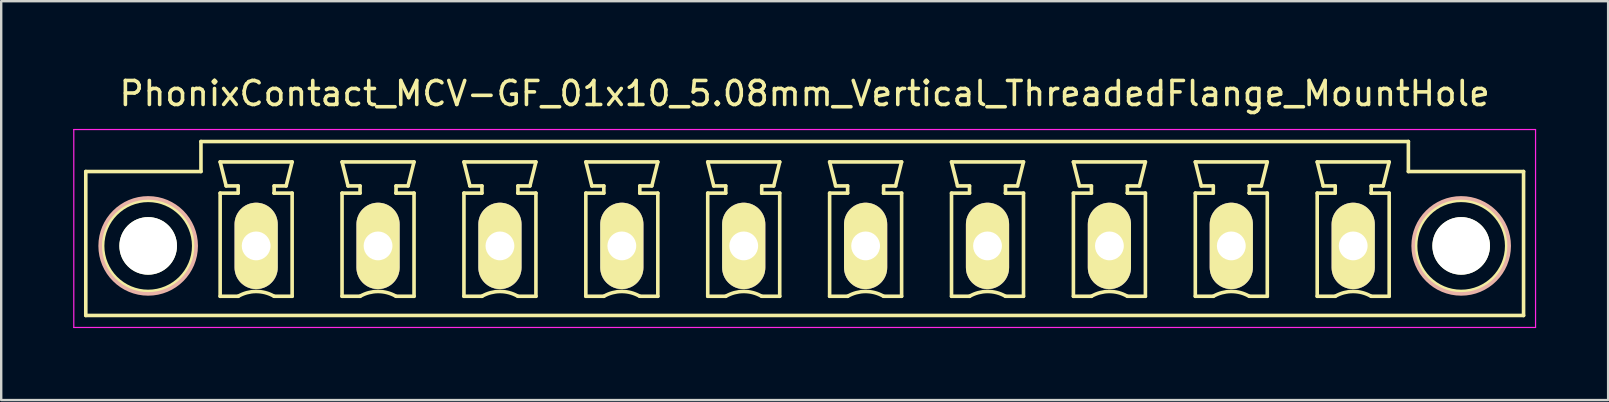
<source format=kicad_pcb>
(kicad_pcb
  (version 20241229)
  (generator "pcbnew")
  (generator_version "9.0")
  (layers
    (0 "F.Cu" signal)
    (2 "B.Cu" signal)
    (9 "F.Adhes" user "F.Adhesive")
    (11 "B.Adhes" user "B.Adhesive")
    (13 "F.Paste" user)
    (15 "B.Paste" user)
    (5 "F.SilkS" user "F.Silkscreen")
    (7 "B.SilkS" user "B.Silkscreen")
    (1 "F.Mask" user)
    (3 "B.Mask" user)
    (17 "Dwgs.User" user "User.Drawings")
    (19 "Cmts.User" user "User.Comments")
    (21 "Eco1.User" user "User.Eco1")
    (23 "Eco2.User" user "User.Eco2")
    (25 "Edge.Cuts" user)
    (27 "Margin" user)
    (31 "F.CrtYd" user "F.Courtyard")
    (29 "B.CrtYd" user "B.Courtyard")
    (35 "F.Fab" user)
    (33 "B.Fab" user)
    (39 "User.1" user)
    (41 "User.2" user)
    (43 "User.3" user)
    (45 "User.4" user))
  (footprint "PhonixContact_MCV-GF_01x10_5.08mm_Vertical_ThreadedFlange_MountHole"
    (layer "F.Cu")
    (at 7.625 7.198)
    (property "Reference" "PhonixContact_MCV-GF_01x10_5.08mm_Vertical_ThreadedFlange_MountHole" (at 22.86 -6.35 0) (layer "F.SilkS") (effects (font (size 1 1) (thickness 0.15))))
    (attr through_hole)
    (fp_line (start -7.1 -3.1) (end -7.1 2.9) (stroke (width 0.15) (type solid)) (layer "F.SilkS"))
    (fp_line (start -7.1 2.9) (end 52.82 2.9) (stroke (width 0.15) (type solid)) (layer "F.SilkS"))
    (fp_line (start -2.3 -4.35) (end -2.3 -3.1) (stroke (width 0.15) (type solid)) (layer "F.SilkS"))
    (fp_line (start -2.3 -3.1) (end -7.1 -3.1) (stroke (width 0.15) (type solid)) (layer "F.SilkS"))
    (fp_line (start -1.5 -3.5) (end 1.5 -3.5) (stroke (width 0.15) (type solid)) (layer "F.SilkS"))
    (fp_line (start -1.5 -2.2) (end -0.75 -2.2) (stroke (width 0.15) (type solid)) (layer "F.SilkS"))
    (fp_line (start -1.5 2.1) (end -1.5 -2.2) (stroke (width 0.15) (type solid)) (layer "F.SilkS"))
    (fp_line (start -1.25 -2.5) (end -1.5 -3.5) (stroke (width 0.15) (type solid)) (layer "F.SilkS"))
    (fp_line (start -0.75 -2.5) (end -1.25 -2.5) (stroke (width 0.15) (type solid)) (layer "F.SilkS"))
    (fp_line (start -0.75 -2.2) (end -0.75 -2.5) (stroke (width 0.15) (type solid)) (layer "F.SilkS"))
    (fp_line (start -0.75 2.1) (end -1.5 2.1) (stroke (width 0.15) (type solid)) (layer "F.SilkS"))
    (fp_line (start 0.75 -2.5) (end 0.75 -2.2) (stroke (width 0.15) (type solid)) (layer "F.SilkS"))
    (fp_line (start 0.75 -2.2) (end 0.75 -2.2) (stroke (width 0.15) (type solid)) (layer "F.SilkS"))
    (fp_line (start 0.75 -2.2) (end 1.5 -2.2) (stroke (width 0.15) (type solid)) (layer "F.SilkS"))
    (fp_line (start 1.25 -2.5) (end 0.75 -2.5) (stroke (width 0.15) (type solid)) (layer "F.SilkS"))
    (fp_line (start 1.5 -3.5) (end 1.25 -2.5) (stroke (width 0.15) (type solid)) (layer "F.SilkS"))
    (fp_line (start 1.5 -2.2) (end 1.5 2.1) (stroke (width 0.15) (type solid)) (layer "F.SilkS"))
    (fp_line (start 1.5 2.1) (end 0.75 2.1) (stroke (width 0.15) (type solid)) (layer "F.SilkS"))
    (fp_line (start 3.58 -3.5) (end 6.58 -3.5) (stroke (width 0.15) (type solid)) (layer "F.SilkS"))
    (fp_line (start 3.58 -2.2) (end 4.33 -2.2) (stroke (width 0.15) (type solid)) (layer "F.SilkS"))
    (fp_line (start 3.58 2.1) (end 3.58 -2.2) (stroke (width 0.15) (type solid)) (layer "F.SilkS"))
    (fp_line (start 3.83 -2.5) (end 3.58 -3.5) (stroke (width 0.15) (type solid)) (layer "F.SilkS"))
    (fp_line (start 4.33 -2.5) (end 3.83 -2.5) (stroke (width 0.15) (type solid)) (layer "F.SilkS"))
    (fp_line (start 4.33 -2.2) (end 4.33 -2.5) (stroke (width 0.15) (type solid)) (layer "F.SilkS"))
    (fp_line (start 4.33 2.1) (end 3.58 2.1) (stroke (width 0.15) (type solid)) (layer "F.SilkS"))
    (fp_line (start 5.83 -2.5) (end 5.83 -2.2) (stroke (width 0.15) (type solid)) (layer "F.SilkS"))
    (fp_line (start 5.83 -2.2) (end 5.83 -2.2) (stroke (width 0.15) (type solid)) (layer "F.SilkS"))
    (fp_line (start 5.83 -2.2) (end 6.58 -2.2) (stroke (width 0.15) (type solid)) (layer "F.SilkS"))
    (fp_line (start 6.33 -2.5) (end 5.83 -2.5) (stroke (width 0.15) (type solid)) (layer "F.SilkS"))
    (fp_line (start 6.58 -3.5) (end 6.33 -2.5) (stroke (width 0.15) (type solid)) (layer "F.SilkS"))
    (fp_line (start 6.58 -2.2) (end 6.58 2.1) (stroke (width 0.15) (type solid)) (layer "F.SilkS"))
    (fp_line (start 6.58 2.1) (end 5.83 2.1) (stroke (width 0.15) (type solid)) (layer "F.SilkS"))
    (fp_line (start 8.66 -3.5) (end 11.66 -3.5) (stroke (width 0.15) (type solid)) (layer "F.SilkS"))
    (fp_line (start 8.66 -2.2) (end 9.41 -2.2) (stroke (width 0.15) (type solid)) (layer "F.SilkS"))
    (fp_line (start 8.66 2.1) (end 8.66 -2.2) (stroke (width 0.15) (type solid)) (layer "F.SilkS"))
    (fp_line (start 8.91 -2.5) (end 8.66 -3.5) (stroke (width 0.15) (type solid)) (layer "F.SilkS"))
    (fp_line (start 9.41 -2.5) (end 8.91 -2.5) (stroke (width 0.15) (type solid)) (layer "F.SilkS"))
    (fp_line (start 9.41 -2.2) (end 9.41 -2.5) (stroke (width 0.15) (type solid)) (layer "F.SilkS"))
    (fp_line (start 9.41 2.1) (end 8.66 2.1) (stroke (width 0.15) (type solid)) (layer "F.SilkS"))
    (fp_line (start 10.91 -2.5) (end 10.91 -2.2) (stroke (width 0.15) (type solid)) (layer "F.SilkS"))
    (fp_line (start 10.91 -2.2) (end 10.91 -2.2) (stroke (width 0.15) (type solid)) (layer "F.SilkS"))
    (fp_line (start 10.91 -2.2) (end 11.66 -2.2) (stroke (width 0.15) (type solid)) (layer "F.SilkS"))
    (fp_line (start 11.41 -2.5) (end 10.91 -2.5) (stroke (width 0.15) (type solid)) (layer "F.SilkS"))
    (fp_line (start 11.66 -3.5) (end 11.41 -2.5) (stroke (width 0.15) (type solid)) (layer "F.SilkS"))
    (fp_line (start 11.66 -2.2) (end 11.66 2.1) (stroke (width 0.15) (type solid)) (layer "F.SilkS"))
    (fp_line (start 11.66 2.1) (end 10.91 2.1) (stroke (width 0.15) (type solid)) (layer "F.SilkS"))
    (fp_line (start 13.74 -3.5) (end 16.74 -3.5) (stroke (width 0.15) (type solid)) (layer "F.SilkS"))
    (fp_line (start 13.74 -2.2) (end 14.49 -2.2) (stroke (width 0.15) (type solid)) (layer "F.SilkS"))
    (fp_line (start 13.74 2.1) (end 13.74 -2.2) (stroke (width 0.15) (type solid)) (layer "F.SilkS"))
    (fp_line (start 13.99 -2.5) (end 13.74 -3.5) (stroke (width 0.15) (type solid)) (layer "F.SilkS"))
    (fp_line (start 14.49 -2.5) (end 13.99 -2.5) (stroke (width 0.15) (type solid)) (layer "F.SilkS"))
    (fp_line (start 14.49 -2.2) (end 14.49 -2.5) (stroke (width 0.15) (type solid)) (layer "F.SilkS"))
    (fp_line (start 14.49 2.1) (end 13.74 2.1) (stroke (width 0.15) (type solid)) (layer "F.SilkS"))
    (fp_line (start 15.99 -2.5) (end 15.99 -2.2) (stroke (width 0.15) (type solid)) (layer "F.SilkS"))
    (fp_line (start 15.99 -2.2) (end 15.99 -2.2) (stroke (width 0.15) (type solid)) (layer "F.SilkS"))
    (fp_line (start 15.99 -2.2) (end 16.74 -2.2) (stroke (width 0.15) (type solid)) (layer "F.SilkS"))
    (fp_line (start 16.49 -2.5) (end 15.99 -2.5) (stroke (width 0.15) (type solid)) (layer "F.SilkS"))
    (fp_line (start 16.74 -3.5) (end 16.49 -2.5) (stroke (width 0.15) (type solid)) (layer "F.SilkS"))
    (fp_line (start 16.74 -2.2) (end 16.74 2.1) (stroke (width 0.15) (type solid)) (layer "F.SilkS"))
    (fp_line (start 16.74 2.1) (end 15.99 2.1) (stroke (width 0.15) (type solid)) (layer "F.SilkS"))
    (fp_line (start 18.82 -3.5) (end 21.82 -3.5) (stroke (width 0.15) (type solid)) (layer "F.SilkS"))
    (fp_line (start 18.82 -2.2) (end 19.57 -2.2) (stroke (width 0.15) (type solid)) (layer "F.SilkS"))
    (fp_line (start 18.82 2.1) (end 18.82 -2.2) (stroke (width 0.15) (type solid)) (layer "F.SilkS"))
    (fp_line (start 19.07 -2.5) (end 18.82 -3.5) (stroke (width 0.15) (type solid)) (layer "F.SilkS"))
    (fp_line (start 19.57 -2.5) (end 19.07 -2.5) (stroke (width 0.15) (type solid)) (layer "F.SilkS"))
    (fp_line (start 19.57 -2.2) (end 19.57 -2.5) (stroke (width 0.15) (type solid)) (layer "F.SilkS"))
    (fp_line (start 19.57 2.1) (end 18.82 2.1) (stroke (width 0.15) (type solid)) (layer "F.SilkS"))
    (fp_line (start 21.07 -2.5) (end 21.07 -2.2) (stroke (width 0.15) (type solid)) (layer "F.SilkS"))
    (fp_line (start 21.07 -2.2) (end 21.07 -2.2) (stroke (width 0.15) (type solid)) (layer "F.SilkS"))
    (fp_line (start 21.07 -2.2) (end 21.82 -2.2) (stroke (width 0.15) (type solid)) (layer "F.SilkS"))
    (fp_line (start 21.57 -2.5) (end 21.07 -2.5) (stroke (width 0.15) (type solid)) (layer "F.SilkS"))
    (fp_line (start 21.82 -3.5) (end 21.57 -2.5) (stroke (width 0.15) (type solid)) (layer "F.SilkS"))
    (fp_line (start 21.82 -2.2) (end 21.82 2.1) (stroke (width 0.15) (type solid)) (layer "F.SilkS"))
    (fp_line (start 21.82 2.1) (end 21.07 2.1) (stroke (width 0.15) (type solid)) (layer "F.SilkS"))
    (fp_line (start 23.9 -3.5) (end 26.9 -3.5) (stroke (width 0.15) (type solid)) (layer "F.SilkS"))
    (fp_line (start 23.9 -2.2) (end 24.65 -2.2) (stroke (width 0.15) (type solid)) (layer "F.SilkS"))
    (fp_line (start 23.9 2.1) (end 23.9 -2.2) (stroke (width 0.15) (type solid)) (layer "F.SilkS"))
    (fp_line (start 24.15 -2.5) (end 23.9 -3.5) (stroke (width 0.15) (type solid)) (layer "F.SilkS"))
    (fp_line (start 24.65 -2.5) (end 24.15 -2.5) (stroke (width 0.15) (type solid)) (layer "F.SilkS"))
    (fp_line (start 24.65 -2.2) (end 24.65 -2.5) (stroke (width 0.15) (type solid)) (layer "F.SilkS"))
    (fp_line (start 24.65 2.1) (end 23.9 2.1) (stroke (width 0.15) (type solid)) (layer "F.SilkS"))
    (fp_line (start 26.15 -2.5) (end 26.15 -2.2) (stroke (width 0.15) (type solid)) (layer "F.SilkS"))
    (fp_line (start 26.15 -2.2) (end 26.15 -2.2) (stroke (width 0.15) (type solid)) (layer "F.SilkS"))
    (fp_line (start 26.15 -2.2) (end 26.9 -2.2) (stroke (width 0.15) (type solid)) (layer "F.SilkS"))
    (fp_line (start 26.65 -2.5) (end 26.15 -2.5) (stroke (width 0.15) (type solid)) (layer "F.SilkS"))
    (fp_line (start 26.9 -3.5) (end 26.65 -2.5) (stroke (width 0.15) (type solid)) (layer "F.SilkS"))
    (fp_line (start 26.9 -2.2) (end 26.9 2.1) (stroke (width 0.15) (type solid)) (layer "F.SilkS"))
    (fp_line (start 26.9 2.1) (end 26.15 2.1) (stroke (width 0.15) (type solid)) (layer "F.SilkS"))
    (fp_line (start 28.98 -3.5) (end 31.98 -3.5) (stroke (width 0.15) (type solid)) (layer "F.SilkS"))
    (fp_line (start 28.98 -2.2) (end 29.73 -2.2) (stroke (width 0.15) (type solid)) (layer "F.SilkS"))
    (fp_line (start 28.98 2.1) (end 28.98 -2.2) (stroke (width 0.15) (type solid)) (layer "F.SilkS"))
    (fp_line (start 29.23 -2.5) (end 28.98 -3.5) (stroke (width 0.15) (type solid)) (layer "F.SilkS"))
    (fp_line (start 29.73 -2.5) (end 29.23 -2.5) (stroke (width 0.15) (type solid)) (layer "F.SilkS"))
    (fp_line (start 29.73 -2.2) (end 29.73 -2.5) (stroke (width 0.15) (type solid)) (layer "F.SilkS"))
    (fp_line (start 29.73 2.1) (end 28.98 2.1) (stroke (width 0.15) (type solid)) (layer "F.SilkS"))
    (fp_line (start 31.23 -2.5) (end 31.23 -2.2) (stroke (width 0.15) (type solid)) (layer "F.SilkS"))
    (fp_line (start 31.23 -2.2) (end 31.23 -2.2) (stroke (width 0.15) (type solid)) (layer "F.SilkS"))
    (fp_line (start 31.23 -2.2) (end 31.98 -2.2) (stroke (width 0.15) (type solid)) (layer "F.SilkS"))
    (fp_line (start 31.73 -2.5) (end 31.23 -2.5) (stroke (width 0.15) (type solid)) (layer "F.SilkS"))
    (fp_line (start 31.98 -3.5) (end 31.73 -2.5) (stroke (width 0.15) (type solid)) (layer "F.SilkS"))
    (fp_line (start 31.98 -2.2) (end 31.98 2.1) (stroke (width 0.15) (type solid)) (layer "F.SilkS"))
    (fp_line (start 31.98 2.1) (end 31.23 2.1) (stroke (width 0.15) (type solid)) (layer "F.SilkS"))
    (fp_line (start 34.06 -3.5) (end 37.06 -3.5) (stroke (width 0.15) (type solid)) (layer "F.SilkS"))
    (fp_line (start 34.06 -2.2) (end 34.81 -2.2) (stroke (width 0.15) (type solid)) (layer "F.SilkS"))
    (fp_line (start 34.06 2.1) (end 34.06 -2.2) (stroke (width 0.15) (type solid)) (layer "F.SilkS"))
    (fp_line (start 34.31 -2.5) (end 34.06 -3.5) (stroke (width 0.15) (type solid)) (layer "F.SilkS"))
    (fp_line (start 34.81 -2.5) (end 34.31 -2.5) (stroke (width 0.15) (type solid)) (layer "F.SilkS"))
    (fp_line (start 34.81 -2.2) (end 34.81 -2.5) (stroke (width 0.15) (type solid)) (layer "F.SilkS"))
    (fp_line (start 34.81 2.1) (end 34.06 2.1) (stroke (width 0.15) (type solid)) (layer "F.SilkS"))
    (fp_line (start 36.31 -2.5) (end 36.31 -2.2) (stroke (width 0.15) (type solid)) (layer "F.SilkS"))
    (fp_line (start 36.31 -2.2) (end 36.31 -2.2) (stroke (width 0.15) (type solid)) (layer "F.SilkS"))
    (fp_line (start 36.31 -2.2) (end 37.06 -2.2) (stroke (width 0.15) (type solid)) (layer "F.SilkS"))
    (fp_line (start 36.81 -2.5) (end 36.31 -2.5) (stroke (width 0.15) (type solid)) (layer "F.SilkS"))
    (fp_line (start 37.06 -3.5) (end 36.81 -2.5) (stroke (width 0.15) (type solid)) (layer "F.SilkS"))
    (fp_line (start 37.06 -2.2) (end 37.06 2.1) (stroke (width 0.15) (type solid)) (layer "F.SilkS"))
    (fp_line (start 37.06 2.1) (end 36.31 2.1) (stroke (width 0.15) (type solid)) (layer "F.SilkS"))
    (fp_line (start 39.14 -3.5) (end 42.14 -3.5) (stroke (width 0.15) (type solid)) (layer "F.SilkS"))
    (fp_line (start 39.14 -2.2) (end 39.89 -2.2) (stroke (width 0.15) (type solid)) (layer "F.SilkS"))
    (fp_line (start 39.14 2.1) (end 39.14 -2.2) (stroke (width 0.15) (type solid)) (layer "F.SilkS"))
    (fp_line (start 39.39 -2.5) (end 39.14 -3.5) (stroke (width 0.15) (type solid)) (layer "F.SilkS"))
    (fp_line (start 39.89 -2.5) (end 39.39 -2.5) (stroke (width 0.15) (type solid)) (layer "F.SilkS"))
    (fp_line (start 39.89 -2.2) (end 39.89 -2.5) (stroke (width 0.15) (type solid)) (layer "F.SilkS"))
    (fp_line (start 39.89 2.1) (end 39.14 2.1) (stroke (width 0.15) (type solid)) (layer "F.SilkS"))
    (fp_line (start 41.39 -2.5) (end 41.39 -2.2) (stroke (width 0.15) (type solid)) (layer "F.SilkS"))
    (fp_line (start 41.39 -2.2) (end 41.39 -2.2) (stroke (width 0.15) (type solid)) (layer "F.SilkS"))
    (fp_line (start 41.39 -2.2) (end 42.14 -2.2) (stroke (width 0.15) (type solid)) (layer "F.SilkS"))
    (fp_line (start 41.89 -2.5) (end 41.39 -2.5) (stroke (width 0.15) (type solid)) (layer "F.SilkS"))
    (fp_line (start 42.14 -3.5) (end 41.89 -2.5) (stroke (width 0.15) (type solid)) (layer "F.SilkS"))
    (fp_line (start 42.14 -2.2) (end 42.14 2.1) (stroke (width 0.15) (type solid)) (layer "F.SilkS"))
    (fp_line (start 42.14 2.1) (end 41.39 2.1) (stroke (width 0.15) (type solid)) (layer "F.SilkS"))
    (fp_line (start 44.22 -3.5) (end 47.22 -3.5) (stroke (width 0.15) (type solid)) (layer "F.SilkS"))
    (fp_line (start 44.22 -2.2) (end 44.97 -2.2) (stroke (width 0.15) (type solid)) (layer "F.SilkS"))
    (fp_line (start 44.22 2.1) (end 44.22 -2.2) (stroke (width 0.15) (type solid)) (layer "F.SilkS"))
    (fp_line (start 44.47 -2.5) (end 44.22 -3.5) (stroke (width 0.15) (type solid)) (layer "F.SilkS"))
    (fp_line (start 44.97 -2.5) (end 44.47 -2.5) (stroke (width 0.15) (type solid)) (layer "F.SilkS"))
    (fp_line (start 44.97 -2.2) (end 44.97 -2.5) (stroke (width 0.15) (type solid)) (layer "F.SilkS"))
    (fp_line (start 44.97 2.1) (end 44.22 2.1) (stroke (width 0.15) (type solid)) (layer "F.SilkS"))
    (fp_line (start 46.47 -2.5) (end 46.47 -2.2) (stroke (width 0.15) (type solid)) (layer "F.SilkS"))
    (fp_line (start 46.47 -2.2) (end 46.47 -2.2) (stroke (width 0.15) (type solid)) (layer "F.SilkS"))
    (fp_line (start 46.47 -2.2) (end 47.22 -2.2) (stroke (width 0.15) (type solid)) (layer "F.SilkS"))
    (fp_line (start 46.97 -2.5) (end 46.47 -2.5) (stroke (width 0.15) (type solid)) (layer "F.SilkS"))
    (fp_line (start 47.22 -3.5) (end 46.97 -2.5) (stroke (width 0.15) (type solid)) (layer "F.SilkS"))
    (fp_line (start 47.22 -2.2) (end 47.22 2.1) (stroke (width 0.15) (type solid)) (layer "F.SilkS"))
    (fp_line (start 47.22 2.1) (end 46.47 2.1) (stroke (width 0.15) (type solid)) (layer "F.SilkS"))
    (fp_line (start 48.02 -4.35) (end -2.3 -4.35) (stroke (width 0.15) (type solid)) (layer "F.SilkS"))
    (fp_line (start 48.02 -3.1) (end 48.02 -4.35) (stroke (width 0.15) (type solid)) (layer "F.SilkS"))
    (fp_line (start 52.82 -3.1) (end 48.02 -3.1) (stroke (width 0.15) (type solid)) (layer "F.SilkS"))
    (fp_line (start 52.82 2.9) (end 52.82 -3.1) (stroke (width 0.15) (type solid)) (layer "F.SilkS"))
    (fp_arc (start -0.75 2.1) (mid -0.006068 1.899179) (end 0.739464 2.093978) (stroke (width 0.15) (type solid)) (layer "F.SilkS"))
    (fp_arc (start 4.33 2.1) (mid 5.073932 1.899179) (end 5.819464 2.093978) (stroke (width 0.15) (type solid)) (layer "F.SilkS"))
    (fp_arc (start 9.41 2.1) (mid 10.153932 1.899179) (end 10.899464 2.093978) (stroke (width 0.15) (type solid)) (layer "F.SilkS"))
    (fp_arc (start 14.49 2.1) (mid 15.233932 1.899179) (end 15.979464 2.093978) (stroke (width 0.15) (type solid)) (layer "F.SilkS"))
    (fp_arc (start 19.57 2.1) (mid 20.313932 1.899179) (end 21.059464 2.093978) (stroke (width 0.15) (type solid)) (layer "F.SilkS"))
    (fp_arc (start 24.65 2.1) (mid 25.393932 1.899179) (end 26.139464 2.093978) (stroke (width 0.15) (type solid)) (layer "F.SilkS"))
    (fp_arc (start 29.73 2.1) (mid 30.473932 1.899179) (end 31.219464 2.093978) (stroke (width 0.15) (type solid)) (layer "F.SilkS"))
    (fp_arc (start 34.81 2.1) (mid 35.553932 1.899179) (end 36.299464 2.093978) (stroke (width 0.15) (type solid)) (layer "F.SilkS"))
    (fp_arc (start 39.89 2.1) (mid 40.633932 1.899179) (end 41.379464 2.093978) (stroke (width 0.15) (type solid)) (layer "F.SilkS"))
    (fp_arc (start 44.97 2.1) (mid 45.713932 1.899179) (end 46.459464 2.093978) (stroke (width 0.15) (type solid)) (layer "F.SilkS"))
    (fp_circle (center -4.5 0) (end -2.6 0) (stroke (width 0.15) (type solid)) (fill no) (layer "F.SilkS"))
    (fp_circle (center 50.22 0) (end 52.12 0) (stroke (width 0.15) (type solid)) (fill no) (layer "F.SilkS"))
    (fp_circle (center -4.5 0) (end -2.5 0) (stroke (width 0.15) (type solid)) (fill no) (layer "B.SilkS"))
    (fp_circle (center 50.22 0) (end 52.22 0) (stroke (width 0.15) (type solid)) (fill no) (layer "B.SilkS"))
    (fp_line (start -7.6 -4.85) (end -7.6 3.4) (stroke (width 0.05) (type solid)) (layer "F.CrtYd"))
    (fp_line (start -7.6 3.4) (end 53.32 3.4) (stroke (width 0.05) (type solid)) (layer "F.CrtYd"))
    (fp_line (start 53.32 -4.85) (end -7.6 -4.85) (stroke (width 0.05) (type solid)) (layer "F.CrtYd"))
    (fp_line (start 53.32 3.4) (end 53.32 -4.85) (stroke (width 0.05) (type solid)) (layer "F.CrtYd"))
    (pad "" np_thru_hole circle (at -4.5 0) (size 2.4 2.4) (drill 2.4) (layers "*.Cu" "*.Mask" "F.SilkS"))
    (pad "" np_thru_hole circle (at 50.22 0) (size 2.4 2.4) (drill 2.4) (layers "*.Cu" "*.Mask" "F.SilkS"))
    (pad "1" thru_hole oval (at 0 0) (size 1.8 3.6) (drill 1.2) (layers "*.Cu" "*.Mask" "F.SilkS"))
    (pad "2" thru_hole oval (at 5.08 0) (size 1.8 3.6) (drill 1.2) (layers "*.Cu" "*.Mask" "F.SilkS"))
    (pad "3" thru_hole oval (at 10.16 0) (size 1.8 3.6) (drill 1.2) (layers "*.Cu" "*.Mask" "F.SilkS"))
    (pad "4" thru_hole oval (at 15.24 0) (size 1.8 3.6) (drill 1.2) (layers "*.Cu" "*.Mask" "F.SilkS"))
    (pad "5" thru_hole oval (at 20.32 0) (size 1.8 3.6) (drill 1.2) (layers "*.Cu" "*.Mask" "F.SilkS"))
    (pad "6" thru_hole oval (at 25.4 0) (size 1.8 3.6) (drill 1.2) (layers "*.Cu" "*.Mask" "F.SilkS"))
    (pad "7" thru_hole oval (at 30.48 0) (size 1.8 3.6) (drill 1.2) (layers "*.Cu" "*.Mask" "F.SilkS"))
    (pad "8" thru_hole oval (at 35.56 0) (size 1.8 3.6) (drill 1.2) (layers "*.Cu" "*.Mask" "F.SilkS"))
    (pad "9" thru_hole oval (at 40.64 0) (size 1.8 3.6) (drill 1.2) (layers "*.Cu" "*.Mask" "F.SilkS"))
    (pad "10" thru_hole oval (at 45.72 0) (size 1.8 3.6) (drill 1.2) (layers "*.Cu" "*.Mask" "F.SilkS")))
  (gr_rect
    (start -3 -3)
    (end 63.97 13.623)
    (stroke (width 0.1) (type default))
    (fill no)
    (layer "Edge.Cuts")))
</source>
